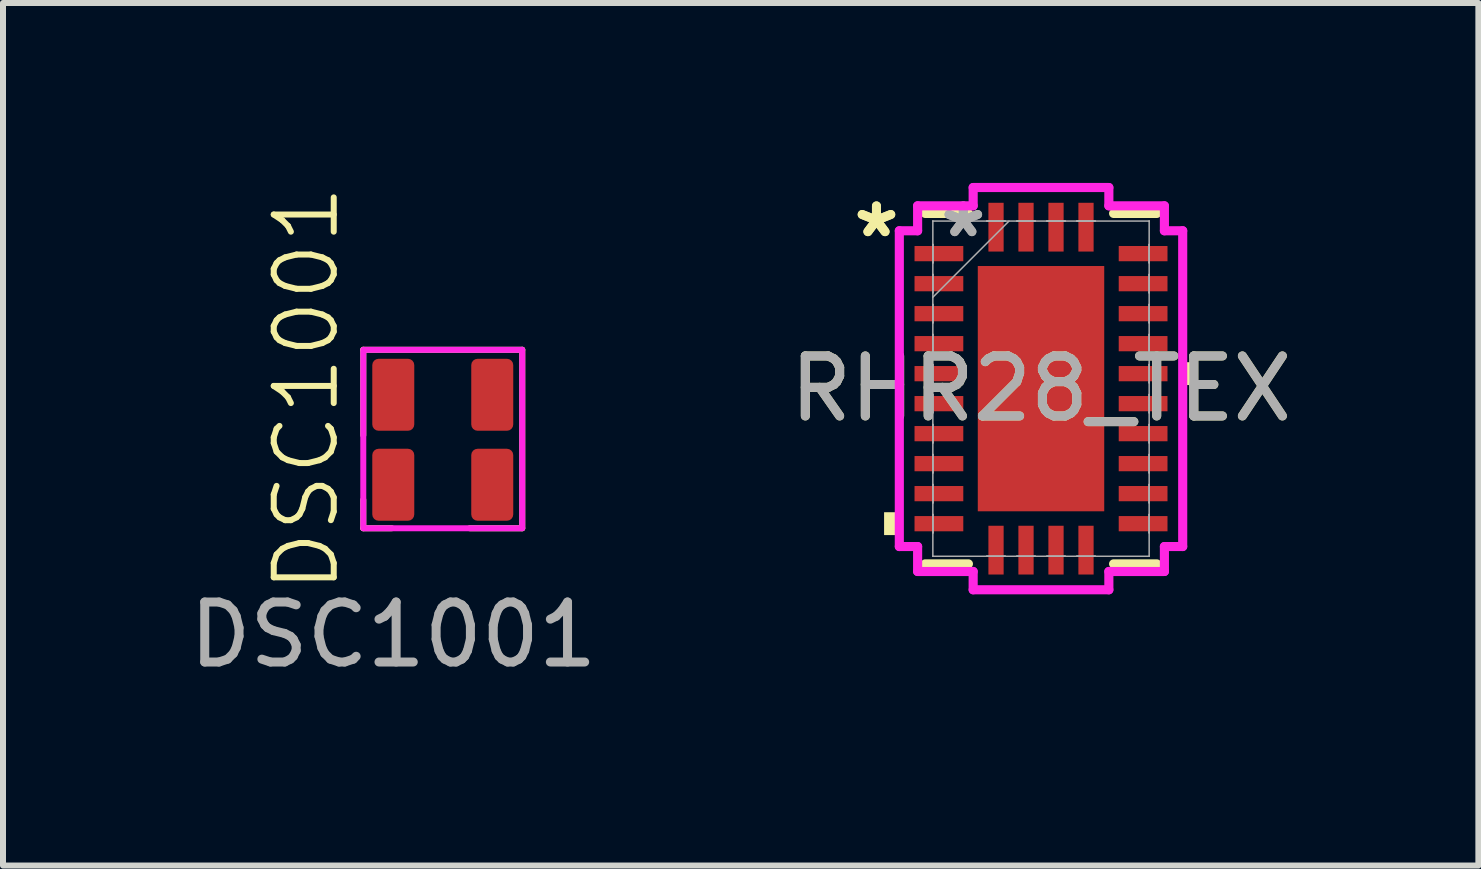
<source format=kicad_pcb>
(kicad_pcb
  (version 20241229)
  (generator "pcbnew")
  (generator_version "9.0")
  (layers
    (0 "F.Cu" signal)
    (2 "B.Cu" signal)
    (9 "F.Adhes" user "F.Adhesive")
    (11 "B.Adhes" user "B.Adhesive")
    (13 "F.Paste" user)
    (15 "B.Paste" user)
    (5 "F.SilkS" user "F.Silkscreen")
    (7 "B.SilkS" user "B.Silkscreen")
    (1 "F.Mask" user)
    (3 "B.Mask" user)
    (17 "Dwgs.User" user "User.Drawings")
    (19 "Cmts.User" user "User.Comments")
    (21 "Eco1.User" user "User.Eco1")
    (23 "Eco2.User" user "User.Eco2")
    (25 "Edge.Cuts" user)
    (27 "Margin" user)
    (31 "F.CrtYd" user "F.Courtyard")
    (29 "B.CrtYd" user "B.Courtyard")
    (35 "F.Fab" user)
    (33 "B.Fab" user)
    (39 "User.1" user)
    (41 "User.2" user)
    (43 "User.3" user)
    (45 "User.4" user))
  (footprint "RHR28_TEX"
    (layer "F.Cu")
    (at 14.304 3.429)
    (property "Reference" "RHR28_TEX" (at 0 0 0) (unlocked yes) (layer "F.SilkS") (effects (font (size 1 1) (thickness 0.15))))
    (attr smd)
    (fp_line (start -1.93 2.921) (end -1.21 2.921) (stroke (width 0.152) (type solid)) (layer "F.SilkS"))
    (fp_line (start -1.21 -2.921) (end -1.93 -2.921) (stroke (width 0.152) (type solid)) (layer "F.SilkS"))
    (fp_line (start 1.21 2.921) (end 1.93 2.921) (stroke (width 0.152) (type solid)) (layer "F.SilkS"))
    (fp_line (start 1.93 -2.921) (end 1.21 -2.921) (stroke (width 0.152) (type solid)) (layer "F.SilkS"))
    (fp_poly (pts (xy -2.616 2.06) (xy -2.616 2.441) (xy -2.362 2.441) (xy -2.362 2.06)) (stroke (width 0) (type solid)) (fill yes) (layer "F.SilkS"))
    (fp_poly (pts (xy 2.616 -0.441) (xy 2.616 -0.06) (xy 2.362 -0.06) (xy 2.362 -0.441)) (stroke (width 0) (type solid)) (fill yes) (layer "F.SilkS"))
    (fp_poly (pts (xy -0.954 -1.945) (xy -0.954 -0.782) (xy 0.954 -0.782) (xy 0.954 -1.945)) (stroke (width 0) (type solid)) (fill yes) (layer "F.Paste"))
    (fp_poly (pts (xy -0.954 -0.582) (xy -0.954 0.582) (xy 0.954 0.582) (xy 0.954 -0.582)) (stroke (width 0) (type solid)) (fill yes) (layer "F.Paste"))
    (fp_poly (pts (xy -0.954 0.782) (xy -0.954 1.945) (xy 0.954 1.945) (xy 0.954 0.782)) (stroke (width 0) (type solid)) (fill yes) (layer "F.Paste"))
    (fp_line (start -2.362 -2.632) (end -2.057 -2.632) (stroke (width 0.152) (type solid)) (layer "F.CrtYd"))
    (fp_line (start -2.362 2.632) (end -2.362 -2.632) (stroke (width 0.152) (type solid)) (layer "F.CrtYd"))
    (fp_line (start -2.057 -3.048) (end -1.131 -3.048) (stroke (width 0.152) (type solid)) (layer "F.CrtYd"))
    (fp_line (start -2.057 -2.632) (end -2.057 -3.048) (stroke (width 0.152) (type solid)) (layer "F.CrtYd"))
    (fp_line (start -2.057 2.632) (end -2.362 2.632) (stroke (width 0.152) (type solid)) (layer "F.CrtYd"))
    (fp_line (start -2.057 3.048) (end -2.057 2.632) (stroke (width 0.152) (type solid)) (layer "F.CrtYd"))
    (fp_line (start -1.131 -3.353) (end 1.131 -3.353) (stroke (width 0.152) (type solid)) (layer "F.CrtYd"))
    (fp_line (start -1.131 -3.048) (end -1.131 -3.353) (stroke (width 0.152) (type solid)) (layer "F.CrtYd"))
    (fp_line (start -1.131 3.048) (end -2.057 3.048) (stroke (width 0.152) (type solid)) (layer "F.CrtYd"))
    (fp_line (start -1.131 3.353) (end -1.131 3.048) (stroke (width 0.152) (type solid)) (layer "F.CrtYd"))
    (fp_line (start 1.131 -3.353) (end 1.131 -3.048) (stroke (width 0.152) (type solid)) (layer "F.CrtYd"))
    (fp_line (start 1.131 -3.048) (end 2.057 -3.048) (stroke (width 0.152) (type solid)) (layer "F.CrtYd"))
    (fp_line (start 1.131 3.048) (end 1.131 3.353) (stroke (width 0.152) (type solid)) (layer "F.CrtYd"))
    (fp_line (start 1.131 3.353) (end -1.131 3.353) (stroke (width 0.152) (type solid)) (layer "F.CrtYd"))
    (fp_line (start 2.057 -3.048) (end 2.057 -2.632) (stroke (width 0.152) (type solid)) (layer "F.CrtYd"))
    (fp_line (start 2.057 -2.632) (end 2.362 -2.632) (stroke (width 0.152) (type solid)) (layer "F.CrtYd"))
    (fp_line (start 2.057 2.632) (end 2.057 3.048) (stroke (width 0.152) (type solid)) (layer "F.CrtYd"))
    (fp_line (start 2.057 3.048) (end 1.131 3.048) (stroke (width 0.152) (type solid)) (layer "F.CrtYd"))
    (fp_line (start 2.362 -2.632) (end 2.362 2.632) (stroke (width 0.152) (type solid)) (layer "F.CrtYd"))
    (fp_line (start 2.362 2.632) (end 2.057 2.632) (stroke (width 0.152) (type solid)) (layer "F.CrtYd"))
    (fp_line (start -1.803 -2.794) (end -1.803 -2.794) (stroke (width 0.025) (type solid)) (layer "F.Fab"))
    (fp_line (start -1.803 -2.794) (end -1.803 2.794) (stroke (width 0.025) (type solid)) (layer "F.Fab"))
    (fp_line (start -1.803 -2.403) (end -1.803 -2.403) (stroke (width 0.025) (type solid)) (layer "F.Fab"))
    (fp_line (start -1.803 -2.403) (end -1.803 -2.098) (stroke (width 0.025) (type solid)) (layer "F.Fab"))
    (fp_line (start -1.803 -2.098) (end -1.803 -2.403) (stroke (width 0.025) (type solid)) (layer "F.Fab"))
    (fp_line (start -1.803 -2.098) (end -1.803 -2.098) (stroke (width 0.025) (type solid)) (layer "F.Fab"))
    (fp_line (start -1.803 -1.903) (end -1.803 -1.903) (stroke (width 0.025) (type solid)) (layer "F.Fab"))
    (fp_line (start -1.803 -1.903) (end -1.803 -1.598) (stroke (width 0.025) (type solid)) (layer "F.Fab"))
    (fp_line (start -1.803 -1.598) (end -1.803 -1.903) (stroke (width 0.025) (type solid)) (layer "F.Fab"))
    (fp_line (start -1.803 -1.598) (end -1.803 -1.598) (stroke (width 0.025) (type solid)) (layer "F.Fab"))
    (fp_line (start -1.803 -1.524) (end -0.533 -2.794) (stroke (width 0.025) (type solid)) (layer "F.Fab"))
    (fp_line (start -1.803 -1.403) (end -1.803 -1.403) (stroke (width 0.025) (type solid)) (layer "F.Fab"))
    (fp_line (start -1.803 -1.403) (end -1.803 -1.098) (stroke (width 0.025) (type solid)) (layer "F.Fab"))
    (fp_line (start -1.803 -1.098) (end -1.803 -1.403) (stroke (width 0.025) (type solid)) (layer "F.Fab"))
    (fp_line (start -1.803 -1.098) (end -1.803 -1.098) (stroke (width 0.025) (type solid)) (layer "F.Fab"))
    (fp_line (start -1.803 -0.903) (end -1.803 -0.903) (stroke (width 0.025) (type solid)) (layer "F.Fab"))
    (fp_line (start -1.803 -0.903) (end -1.803 -0.598) (stroke (width 0.025) (type solid)) (layer "F.Fab"))
    (fp_line (start -1.803 -0.598) (end -1.803 -0.903) (stroke (width 0.025) (type solid)) (layer "F.Fab"))
    (fp_line (start -1.803 -0.598) (end -1.803 -0.598) (stroke (width 0.025) (type solid)) (layer "F.Fab"))
    (fp_line (start -1.803 -0.402) (end -1.803 -0.402) (stroke (width 0.025) (type solid)) (layer "F.Fab"))
    (fp_line (start -1.803 -0.402) (end -1.803 -0.098) (stroke (width 0.025) (type solid)) (layer "F.Fab"))
    (fp_line (start -1.803 -0.098) (end -1.803 -0.402) (stroke (width 0.025) (type solid)) (layer "F.Fab"))
    (fp_line (start -1.803 -0.098) (end -1.803 -0.098) (stroke (width 0.025) (type solid)) (layer "F.Fab"))
    (fp_line (start -1.803 0.098) (end -1.803 0.098) (stroke (width 0.025) (type solid)) (layer "F.Fab"))
    (fp_line (start -1.803 0.098) (end -1.803 0.402) (stroke (width 0.025) (type solid)) (layer "F.Fab"))
    (fp_line (start -1.803 0.402) (end -1.803 0.098) (stroke (width 0.025) (type solid)) (layer "F.Fab"))
    (fp_line (start -1.803 0.402) (end -1.803 0.402) (stroke (width 0.025) (type solid)) (layer "F.Fab"))
    (fp_line (start -1.803 0.598) (end -1.803 0.598) (stroke (width 0.025) (type solid)) (layer "F.Fab"))
    (fp_line (start -1.803 0.598) (end -1.803 0.903) (stroke (width 0.025) (type solid)) (layer "F.Fab"))
    (fp_line (start -1.803 0.903) (end -1.803 0.598) (stroke (width 0.025) (type solid)) (layer "F.Fab"))
    (fp_line (start -1.803 0.903) (end -1.803 0.903) (stroke (width 0.025) (type solid)) (layer "F.Fab"))
    (fp_line (start -1.803 1.098) (end -1.803 1.098) (stroke (width 0.025) (type solid)) (layer "F.Fab"))
    (fp_line (start -1.803 1.098) (end -1.803 1.403) (stroke (width 0.025) (type solid)) (layer "F.Fab"))
    (fp_line (start -1.803 1.403) (end -1.803 1.098) (stroke (width 0.025) (type solid)) (layer "F.Fab"))
    (fp_line (start -1.803 1.403) (end -1.803 1.403) (stroke (width 0.025) (type solid)) (layer "F.Fab"))
    (fp_line (start -1.803 1.598) (end -1.803 1.598) (stroke (width 0.025) (type solid)) (layer "F.Fab"))
    (fp_line (start -1.803 1.598) (end -1.803 1.903) (stroke (width 0.025) (type solid)) (layer "F.Fab"))
    (fp_line (start -1.803 1.903) (end -1.803 1.598) (stroke (width 0.025) (type solid)) (layer "F.Fab"))
    (fp_line (start -1.803 1.903) (end -1.803 1.903) (stroke (width 0.025) (type solid)) (layer "F.Fab"))
    (fp_line (start -1.803 2.098) (end -1.803 2.098) (stroke (width 0.025) (type solid)) (layer "F.Fab"))
    (fp_line (start -1.803 2.098) (end -1.803 2.403) (stroke (width 0.025) (type solid)) (layer "F.Fab"))
    (fp_line (start -1.803 2.403) (end -1.803 2.098) (stroke (width 0.025) (type solid)) (layer "F.Fab"))
    (fp_line (start -1.803 2.403) (end -1.803 2.403) (stroke (width 0.025) (type solid)) (layer "F.Fab"))
    (fp_line (start -1.803 2.794) (end -1.803 2.794) (stroke (width 0.025) (type solid)) (layer "F.Fab"))
    (fp_line (start -1.803 2.794) (end 1.803 2.794) (stroke (width 0.025) (type solid)) (layer "F.Fab"))
    (fp_line (start -0.903 -2.794) (end -0.903 -2.794) (stroke (width 0.025) (type solid)) (layer "F.Fab"))
    (fp_line (start -0.903 -2.794) (end -0.598 -2.794) (stroke (width 0.025) (type solid)) (layer "F.Fab"))
    (fp_line (start -0.903 2.794) (end -0.903 2.794) (stroke (width 0.025) (type solid)) (layer "F.Fab"))
    (fp_line (start -0.903 2.794) (end -0.598 2.794) (stroke (width 0.025) (type solid)) (layer "F.Fab"))
    (fp_line (start -0.598 -2.794) (end -0.903 -2.794) (stroke (width 0.025) (type solid)) (layer "F.Fab"))
    (fp_line (start -0.598 -2.794) (end -0.598 -2.794) (stroke (width 0.025) (type solid)) (layer "F.Fab"))
    (fp_line (start -0.598 2.794) (end -0.903 2.794) (stroke (width 0.025) (type solid)) (layer "F.Fab"))
    (fp_line (start -0.598 2.794) (end -0.598 2.794) (stroke (width 0.025) (type solid)) (layer "F.Fab"))
    (fp_line (start -0.402 -2.794) (end -0.402 -2.794) (stroke (width 0.025) (type solid)) (layer "F.Fab"))
    (fp_line (start -0.402 -2.794) (end -0.098 -2.794) (stroke (width 0.025) (type solid)) (layer "F.Fab"))
    (fp_line (start -0.402 2.794) (end -0.402 2.794) (stroke (width 0.025) (type solid)) (layer "F.Fab"))
    (fp_line (start -0.402 2.794) (end -0.098 2.794) (stroke (width 0.025) (type solid)) (layer "F.Fab"))
    (fp_line (start -0.098 -2.794) (end -0.402 -2.794) (stroke (width 0.025) (type solid)) (layer "F.Fab"))
    (fp_line (start -0.098 -2.794) (end -0.098 -2.794) (stroke (width 0.025) (type solid)) (layer "F.Fab"))
    (fp_line (start -0.098 2.794) (end -0.402 2.794) (stroke (width 0.025) (type solid)) (layer "F.Fab"))
    (fp_line (start -0.098 2.794) (end -0.098 2.794) (stroke (width 0.025) (type solid)) (layer "F.Fab"))
    (fp_line (start 0.098 -2.794) (end 0.098 -2.794) (stroke (width 0.025) (type solid)) (layer "F.Fab"))
    (fp_line (start 0.098 -2.794) (end 0.402 -2.794) (stroke (width 0.025) (type solid)) (layer "F.Fab"))
    (fp_line (start 0.098 2.794) (end 0.098 2.794) (stroke (width 0.025) (type solid)) (layer "F.Fab"))
    (fp_line (start 0.098 2.794) (end 0.402 2.794) (stroke (width 0.025) (type solid)) (layer "F.Fab"))
    (fp_line (start 0.402 -2.794) (end 0.098 -2.794) (stroke (width 0.025) (type solid)) (layer "F.Fab"))
    (fp_line (start 0.402 -2.794) (end 0.402 -2.794) (stroke (width 0.025) (type solid)) (layer "F.Fab"))
    (fp_line (start 0.402 2.794) (end 0.098 2.794) (stroke (width 0.025) (type solid)) (layer "F.Fab"))
    (fp_line (start 0.402 2.794) (end 0.402 2.794) (stroke (width 0.025) (type solid)) (layer "F.Fab"))
    (fp_line (start 0.598 -2.794) (end 0.598 -2.794) (stroke (width 0.025) (type solid)) (layer "F.Fab"))
    (fp_line (start 0.598 -2.794) (end 0.903 -2.794) (stroke (width 0.025) (type solid)) (layer "F.Fab"))
    (fp_line (start 0.598 2.794) (end 0.598 2.794) (stroke (width 0.025) (type solid)) (layer "F.Fab"))
    (fp_line (start 0.598 2.794) (end 0.903 2.794) (stroke (width 0.025) (type solid)) (layer "F.Fab"))
    (fp_line (start 0.903 -2.794) (end 0.598 -2.794) (stroke (width 0.025) (type solid)) (layer "F.Fab"))
    (fp_line (start 0.903 -2.794) (end 0.903 -2.794) (stroke (width 0.025) (type solid)) (layer "F.Fab"))
    (fp_line (start 0.903 2.794) (end 0.598 2.794) (stroke (width 0.025) (type solid)) (layer "F.Fab"))
    (fp_line (start 0.903 2.794) (end 0.903 2.794) (stroke (width 0.025) (type solid)) (layer "F.Fab"))
    (fp_line (start 1.803 -2.794) (end -1.803 -2.794) (stroke (width 0.025) (type solid)) (layer "F.Fab"))
    (fp_line (start 1.803 -2.794) (end 1.803 -2.794) (stroke (width 0.025) (type solid)) (layer "F.Fab"))
    (fp_line (start 1.803 -2.403) (end 1.803 -2.403) (stroke (width 0.025) (type solid)) (layer "F.Fab"))
    (fp_line (start 1.803 -2.403) (end 1.803 -2.098) (stroke (width 0.025) (type solid)) (layer "F.Fab"))
    (fp_line (start 1.803 -2.098) (end 1.803 -2.403) (stroke (width 0.025) (type solid)) (layer "F.Fab"))
    (fp_line (start 1.803 -2.098) (end 1.803 -2.098) (stroke (width 0.025) (type solid)) (layer "F.Fab"))
    (fp_line (start 1.803 -1.903) (end 1.803 -1.903) (stroke (width 0.025) (type solid)) (layer "F.Fab"))
    (fp_line (start 1.803 -1.903) (end 1.803 -1.598) (stroke (width 0.025) (type solid)) (layer "F.Fab"))
    (fp_line (start 1.803 -1.598) (end 1.803 -1.903) (stroke (width 0.025) (type solid)) (layer "F.Fab"))
    (fp_line (start 1.803 -1.598) (end 1.803 -1.598) (stroke (width 0.025) (type solid)) (layer "F.Fab"))
    (fp_line (start 1.803 -1.403) (end 1.803 -1.403) (stroke (width 0.025) (type solid)) (layer "F.Fab"))
    (fp_line (start 1.803 -1.403) (end 1.803 -1.098) (stroke (width 0.025) (type solid)) (layer "F.Fab"))
    (fp_line (start 1.803 -1.098) (end 1.803 -1.403) (stroke (width 0.025) (type solid)) (layer "F.Fab"))
    (fp_line (start 1.803 -1.098) (end 1.803 -1.098) (stroke (width 0.025) (type solid)) (layer "F.Fab"))
    (fp_line (start 1.803 -0.903) (end 1.803 -0.903) (stroke (width 0.025) (type solid)) (layer "F.Fab"))
    (fp_line (start 1.803 -0.903) (end 1.803 -0.598) (stroke (width 0.025) (type solid)) (layer "F.Fab"))
    (fp_line (start 1.803 -0.598) (end 1.803 -0.903) (stroke (width 0.025) (type solid)) (layer "F.Fab"))
    (fp_line (start 1.803 -0.598) (end 1.803 -0.598) (stroke (width 0.025) (type solid)) (layer "F.Fab"))
    (fp_line (start 1.803 -0.402) (end 1.803 -0.402) (stroke (width 0.025) (type solid)) (layer "F.Fab"))
    (fp_line (start 1.803 -0.402) (end 1.803 -0.098) (stroke (width 0.025) (type solid)) (layer "F.Fab"))
    (fp_line (start 1.803 -0.098) (end 1.803 -0.402) (stroke (width 0.025) (type solid)) (layer "F.Fab"))
    (fp_line (start 1.803 -0.098) (end 1.803 -0.098) (stroke (width 0.025) (type solid)) (layer "F.Fab"))
    (fp_line (start 1.803 0.098) (end 1.803 0.098) (stroke (width 0.025) (type solid)) (layer "F.Fab"))
    (fp_line (start 1.803 0.098) (end 1.803 0.402) (stroke (width 0.025) (type solid)) (layer "F.Fab"))
    (fp_line (start 1.803 0.402) (end 1.803 0.098) (stroke (width 0.025) (type solid)) (layer "F.Fab"))
    (fp_line (start 1.803 0.402) (end 1.803 0.402) (stroke (width 0.025) (type solid)) (layer "F.Fab"))
    (fp_line (start 1.803 0.598) (end 1.803 0.598) (stroke (width 0.025) (type solid)) (layer "F.Fab"))
    (fp_line (start 1.803 0.598) (end 1.803 0.903) (stroke (width 0.025) (type solid)) (layer "F.Fab"))
    (fp_line (start 1.803 0.903) (end 1.803 0.598) (stroke (width 0.025) (type solid)) (layer "F.Fab"))
    (fp_line (start 1.803 0.903) (end 1.803 0.903) (stroke (width 0.025) (type solid)) (layer "F.Fab"))
    (fp_line (start 1.803 1.098) (end 1.803 1.098) (stroke (width 0.025) (type solid)) (layer "F.Fab"))
    (fp_line (start 1.803 1.098) (end 1.803 1.403) (stroke (width 0.025) (type solid)) (layer "F.Fab"))
    (fp_line (start 1.803 1.403) (end 1.803 1.098) (stroke (width 0.025) (type solid)) (layer "F.Fab"))
    (fp_line (start 1.803 1.403) (end 1.803 1.403) (stroke (width 0.025) (type solid)) (layer "F.Fab"))
    (fp_line (start 1.803 1.598) (end 1.803 1.598) (stroke (width 0.025) (type solid)) (layer "F.Fab"))
    (fp_line (start 1.803 1.598) (end 1.803 1.903) (stroke (width 0.025) (type solid)) (layer "F.Fab"))
    (fp_line (start 1.803 1.903) (end 1.803 1.598) (stroke (width 0.025) (type solid)) (layer "F.Fab"))
    (fp_line (start 1.803 1.903) (end 1.803 1.903) (stroke (width 0.025) (type solid)) (layer "F.Fab"))
    (fp_line (start 1.803 2.098) (end 1.803 2.098) (stroke (width 0.025) (type solid)) (layer "F.Fab"))
    (fp_line (start 1.803 2.098) (end 1.803 2.403) (stroke (width 0.025) (type solid)) (layer "F.Fab"))
    (fp_line (start 1.803 2.403) (end 1.803 2.098) (stroke (width 0.025) (type solid)) (layer "F.Fab"))
    (fp_line (start 1.803 2.403) (end 1.803 2.403) (stroke (width 0.025) (type solid)) (layer "F.Fab"))
    (fp_line (start 1.803 2.794) (end 1.803 -2.794) (stroke (width 0.025) (type solid)) (layer "F.Fab"))
    (fp_line (start 1.803 2.794) (end 1.803 2.794) (stroke (width 0.025) (type solid)) (layer "F.Fab"))
    (fp_text user "*" (at -2.743 -2.501 0) (layer "F.SilkS") (effects (font (size 1 1) (thickness 0.15))))
    (fp_text user "*" (at -2.743 -2.501 0) (unlocked yes) (layer "F.SilkS") (effects (font (size 1 1) (thickness 0.15))))
    (fp_text user "*" (at -1.295 -2.501 0) (unlocked yes) (layer "F.Fab") (effects (font (size 1 1) (thickness 0.15))))
    (fp_text user "*" (at -1.295 -2.501 0) (layer "F.Fab") (effects (font (size 1 1) (thickness 0.15))))
    (fp_text user "${REFERENCE}" (at 0 0 0) (unlocked yes) (layer "F.Fab") (effects (font (size 1 1) (thickness 0.15))))
    (pad "1" smd rect (at -1.702 -2.251 90) (size 0.254 0.813) (layers "F.Cu" "F.Mask" "F.Paste"))
    (pad "2" smd rect (at -1.702 -1.75 90) (size 0.254 0.813) (layers "F.Cu" "F.Mask" "F.Paste"))
    (pad "3" smd rect (at -1.702 -1.25 90) (size 0.254 0.813) (layers "F.Cu" "F.Mask" "F.Paste"))
    (pad "4" smd rect (at -1.702 -0.75 90) (size 0.254 0.813) (layers "F.Cu" "F.Mask" "F.Paste"))
    (pad "5" smd rect (at -1.702 -0.25 90) (size 0.254 0.813) (layers "F.Cu" "F.Mask" "F.Paste"))
    (pad "6" smd rect (at -1.702 0.25 90) (size 0.254 0.813) (layers "F.Cu" "F.Mask" "F.Paste"))
    (pad "7" smd rect (at -1.702 0.75 90) (size 0.254 0.813) (layers "F.Cu" "F.Mask" "F.Paste"))
    (pad "8" smd rect (at -1.702 1.25 90) (size 0.254 0.813) (layers "F.Cu" "F.Mask" "F.Paste"))
    (pad "9" smd rect (at -1.702 1.75 90) (size 0.254 0.813) (layers "F.Cu" "F.Mask" "F.Paste"))
    (pad "10" smd rect (at -1.702 2.251 90) (size 0.254 0.813) (layers "F.Cu" "F.Mask" "F.Paste"))
    (pad "11" smd rect (at -0.75 2.692) (size 0.254 0.813) (layers "F.Cu" "F.Mask" "F.Paste"))
    (pad "12" smd rect (at -0.25 2.692) (size 0.254 0.813) (layers "F.Cu" "F.Mask" "F.Paste"))
    (pad "13" smd rect (at 0.25 2.692) (size 0.254 0.813) (layers "F.Cu" "F.Mask" "F.Paste"))
    (pad "14" smd rect (at 0.75 2.692) (size 0.254 0.813) (layers "F.Cu" "F.Mask" "F.Paste"))
    (pad "15" smd rect (at 1.702 2.251 90) (size 0.254 0.813) (layers "F.Cu" "F.Mask" "F.Paste"))
    (pad "16" smd rect (at 1.702 1.75 90) (size 0.254 0.813) (layers "F.Cu" "F.Mask" "F.Paste"))
    (pad "17" smd rect (at 1.702 1.25 90) (size 0.254 0.813) (layers "F.Cu" "F.Mask" "F.Paste"))
    (pad "18" smd rect (at 1.702 0.75 90) (size 0.254 0.813) (layers "F.Cu" "F.Mask" "F.Paste"))
    (pad "19" smd rect (at 1.702 0.25 90) (size 0.254 0.813) (layers "F.Cu" "F.Mask" "F.Paste"))
    (pad "20" smd rect (at 1.702 -0.25 90) (size 0.254 0.813) (layers "F.Cu" "F.Mask" "F.Paste"))
    (pad "21" smd rect (at 1.702 -0.75 90) (size 0.254 0.813) (layers "F.Cu" "F.Mask" "F.Paste"))
    (pad "22" smd rect (at 1.702 -1.25 90) (size 0.254 0.813) (layers "F.Cu" "F.Mask" "F.Paste"))
    (pad "23" smd rect (at 1.702 -1.75 90) (size 0.254 0.813) (layers "F.Cu" "F.Mask" "F.Paste"))
    (pad "24" smd rect (at 1.702 -2.251 90) (size 0.254 0.813) (layers "F.Cu" "F.Mask" "F.Paste"))
    (pad "25" smd rect (at 0.75 -2.692) (size 0.254 0.813) (layers "F.Cu" "F.Mask" "F.Paste"))
    (pad "26" smd rect (at 0.25 -2.692) (size 0.254 0.813) (layers "F.Cu" "F.Mask" "F.Paste"))
    (pad "27" smd rect (at -0.25 -2.692) (size 0.254 0.813) (layers "F.Cu" "F.Mask" "F.Paste"))
    (pad "28" smd rect (at -0.75 -2.692) (size 0.254 0.813) (layers "F.Cu" "F.Mask" "F.Paste"))
    (pad "29" smd rect (at 0 0) (size 2.108 4.089) (layers "F.Cu" "F.Mask" "F.Paste")))
  (footprint "DSC1001"
    (layer "F.Cu")
    (at 3.506 5.031)
    (property "Reference" "DSC1001" (at -1.45 -1.6 90) (unlocked yes) (layer "F.SilkS") (effects (font (size 1 1) (thickness 0.1))))
    (attr smd)
    (fp_line (start -0.5 -2.25) (end -0.5 -0.825) (stroke (width 0.1) (type default)) (layer "F.SilkS"))
    (fp_line (start -0.5 -2.25) (end 2.15 -2.25) (stroke (width 0.1) (type default)) (layer "F.SilkS"))
    (fp_line (start -0.5 0.25) (end -0.5 0.725) (stroke (width 0.1) (type default)) (layer "F.SilkS"))
    (fp_line (start -0.5 0.725) (end -0.025 0.725) (stroke (width 0.1) (type default)) (layer "F.SilkS"))
    (fp_line (start 2.15 0.725) (end 1.275 0.725) (stroke (width 0.1) (type default)) (layer "F.SilkS"))
    (fp_line (start 2.15 0.725) (end 2.15 -2.25) (stroke (width 0.1) (type default)) (layer "F.SilkS"))
    (fp_rect (start -0.5 -2.25) (end 2.15 0.725) (stroke (width 0.1) (type solid)) (fill no) (layer "F.CrtYd"))
    (fp_text user "${REFERENCE}" (at 0 2.5 0) (unlocked yes) (layer "F.Fab") (effects (font (size 1 1) (thickness 0.15))))
    (pad "1" smd roundrect (at 0 0) (size 0.7 1.2) (layers "F.Cu" "F.Mask" "F.Paste") (roundrect_rratio 0.15))
    (pad "2" smd roundrect (at 1.65 0) (size 0.7 1.2) (layers "F.Cu" "F.Mask" "F.Paste") (roundrect_rratio 0.15))
    (pad "3" smd roundrect (at 1.65 -1.5) (size 0.7 1.2) (layers "F.Cu" "F.Mask" "F.Paste") (roundrect_rratio 0.15))
    (pad "4" smd roundrect (at 0 -1.5) (size 0.7 1.2) (layers "F.Cu" "F.Mask" "F.Paste") (roundrect_rratio 0.15)))
  (gr_rect
    (start -3 -3)
    (end 21.595 11.379)
    (stroke (width 0.1) (type default))
    (fill no)
    (layer "Edge.Cuts")))
</source>
